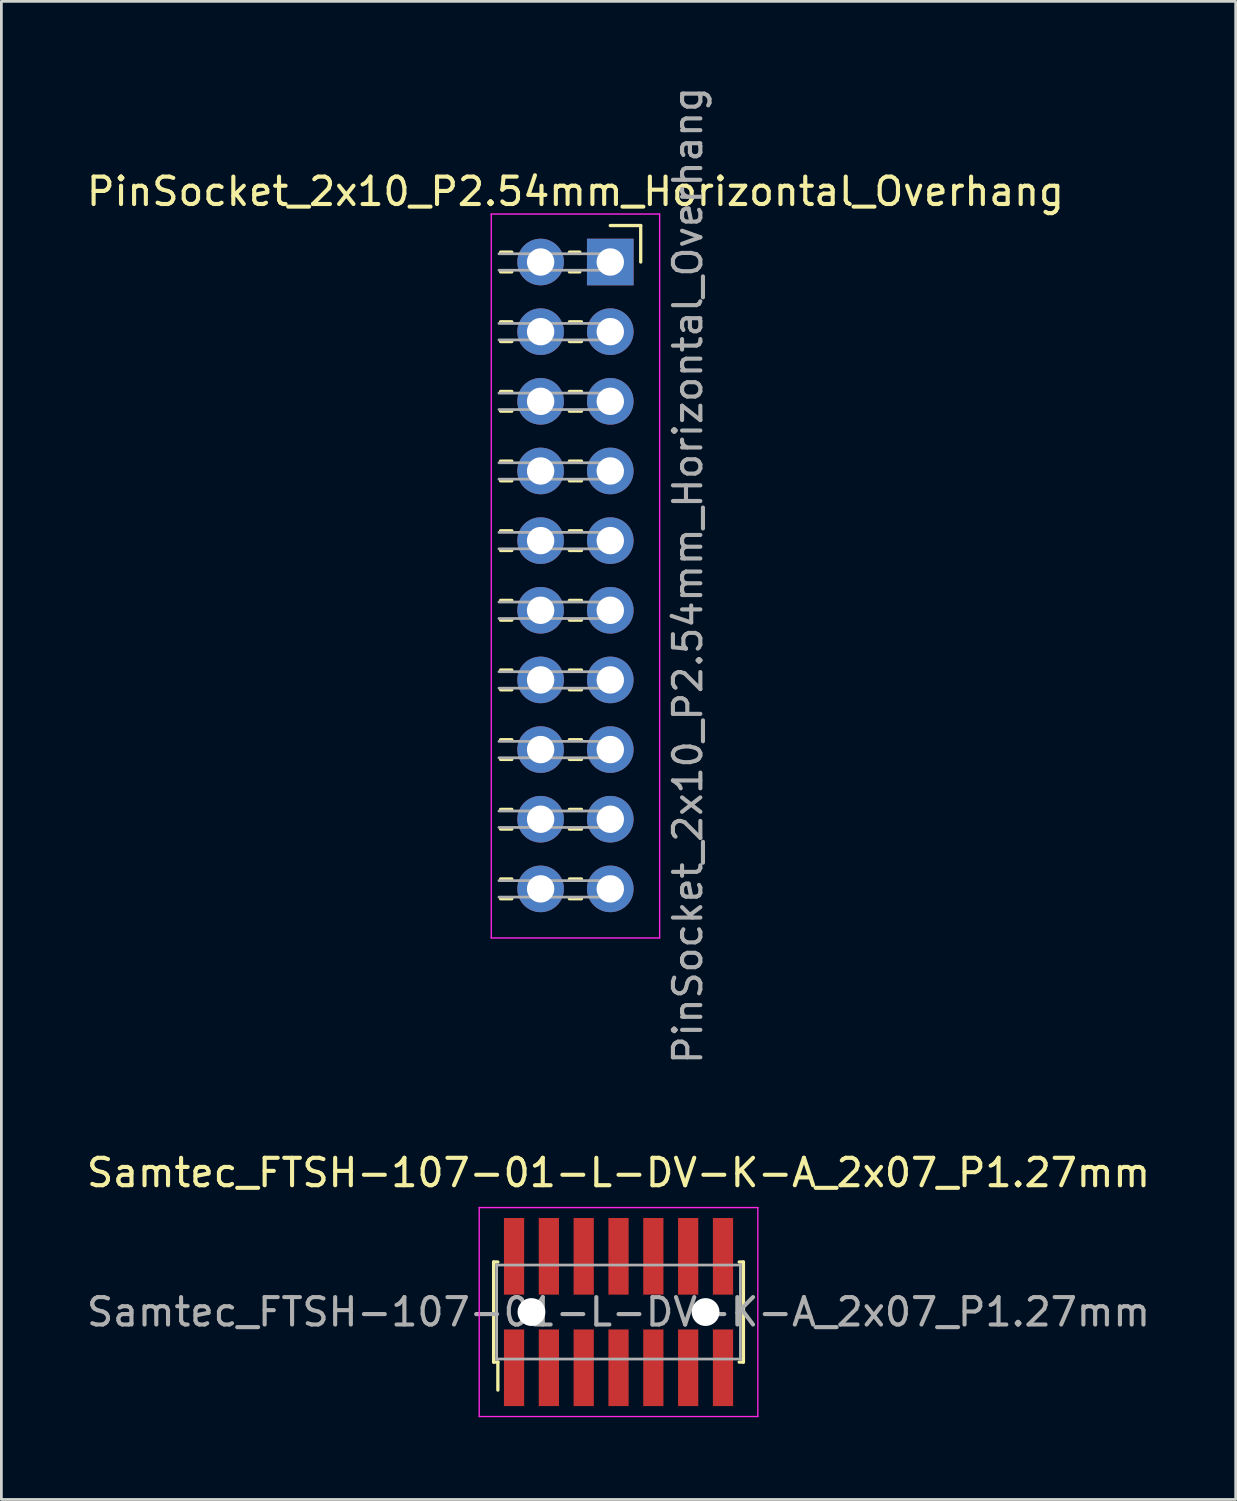
<source format=kicad_pcb>
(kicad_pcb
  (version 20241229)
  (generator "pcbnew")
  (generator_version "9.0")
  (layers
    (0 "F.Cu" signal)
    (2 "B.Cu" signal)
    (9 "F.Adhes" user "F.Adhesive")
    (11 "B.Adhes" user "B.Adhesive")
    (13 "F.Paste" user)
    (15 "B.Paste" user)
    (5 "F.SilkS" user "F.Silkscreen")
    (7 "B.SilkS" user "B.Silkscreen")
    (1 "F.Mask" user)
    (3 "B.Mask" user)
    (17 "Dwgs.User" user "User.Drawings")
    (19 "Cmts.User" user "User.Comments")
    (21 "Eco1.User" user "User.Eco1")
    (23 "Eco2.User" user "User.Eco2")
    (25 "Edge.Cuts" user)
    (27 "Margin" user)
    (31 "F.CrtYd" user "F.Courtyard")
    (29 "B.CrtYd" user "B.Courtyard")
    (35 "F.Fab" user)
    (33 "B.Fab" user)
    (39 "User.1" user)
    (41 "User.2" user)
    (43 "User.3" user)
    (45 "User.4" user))
  (footprint "PinSocket_2x10_P2.54mm_Horizontal_Overhang"
    (layer "F.Cu")
    (at 17.935 17.935)
    (property "Reference" "PinSocket_2x10_P2.54mm_Horizontal_Overhang" (at 0 -14 0) (layer "F.SilkS") (effects (font (size 1 1) (thickness 0.15))))
    (attr through_hole)
    (fp_line (start -2.73 -11.79) (end -2.32 -11.79) (stroke (width 0.12) (type solid)) (layer "F.SilkS"))
    (fp_line (start -2.73 -11.07) (end -2.32 -11.07) (stroke (width 0.12) (type solid)) (layer "F.SilkS"))
    (fp_line (start -2.73 -9.25) (end -2.32 -9.25) (stroke (width 0.12) (type solid)) (layer "F.SilkS"))
    (fp_line (start -2.73 -8.53) (end -2.32 -8.53) (stroke (width 0.12) (type solid)) (layer "F.SilkS"))
    (fp_line (start -2.73 -6.71) (end -2.32 -6.71) (stroke (width 0.12) (type solid)) (layer "F.SilkS"))
    (fp_line (start -2.73 -5.99) (end -2.32 -5.99) (stroke (width 0.12) (type solid)) (layer "F.SilkS"))
    (fp_line (start -2.73 -4.17) (end -2.32 -4.17) (stroke (width 0.12) (type solid)) (layer "F.SilkS"))
    (fp_line (start -2.73 -3.45) (end -2.32 -3.45) (stroke (width 0.12) (type solid)) (layer "F.SilkS"))
    (fp_line (start -2.73 -1.63) (end -2.32 -1.63) (stroke (width 0.12) (type solid)) (layer "F.SilkS"))
    (fp_line (start -2.73 -0.91) (end -2.32 -0.91) (stroke (width 0.12) (type solid)) (layer "F.SilkS"))
    (fp_line (start -2.73 0.91) (end -2.32 0.91) (stroke (width 0.12) (type solid)) (layer "F.SilkS"))
    (fp_line (start -2.73 1.63) (end -2.32 1.63) (stroke (width 0.12) (type solid)) (layer "F.SilkS"))
    (fp_line (start -2.73 3.45) (end -2.32 3.45) (stroke (width 0.12) (type solid)) (layer "F.SilkS"))
    (fp_line (start -2.73 4.17) (end -2.32 4.17) (stroke (width 0.12) (type solid)) (layer "F.SilkS"))
    (fp_line (start -2.73 5.99) (end -2.32 5.99) (stroke (width 0.12) (type solid)) (layer "F.SilkS"))
    (fp_line (start -2.73 6.71) (end -2.32 6.71) (stroke (width 0.12) (type solid)) (layer "F.SilkS"))
    (fp_line (start -2.73 8.53) (end -2.32 8.53) (stroke (width 0.12) (type solid)) (layer "F.SilkS"))
    (fp_line (start -2.73 9.25) (end -2.32 9.25) (stroke (width 0.12) (type solid)) (layer "F.SilkS"))
    (fp_line (start -2.73 11.07) (end -2.32 11.07) (stroke (width 0.12) (type solid)) (layer "F.SilkS"))
    (fp_line (start -2.73 11.79) (end -2.32 11.79) (stroke (width 0.12) (type solid)) (layer "F.SilkS"))
    (fp_line (start -0.22 -11.79) (end 0.16 -11.79) (stroke (width 0.12) (type solid)) (layer "F.SilkS"))
    (fp_line (start -0.22 -11.07) (end 0.16 -11.07) (stroke (width 0.12) (type solid)) (layer "F.SilkS"))
    (fp_line (start -0.22 -9.25) (end 0.22 -9.25) (stroke (width 0.12) (type solid)) (layer "F.SilkS"))
    (fp_line (start -0.22 -8.53) (end 0.22 -8.53) (stroke (width 0.12) (type solid)) (layer "F.SilkS"))
    (fp_line (start -0.22 -6.71) (end 0.22 -6.71) (stroke (width 0.12) (type solid)) (layer "F.SilkS"))
    (fp_line (start -0.22 -5.99) (end 0.22 -5.99) (stroke (width 0.12) (type solid)) (layer "F.SilkS"))
    (fp_line (start -0.22 -4.17) (end 0.22 -4.17) (stroke (width 0.12) (type solid)) (layer "F.SilkS"))
    (fp_line (start -0.22 -3.45) (end 0.22 -3.45) (stroke (width 0.12) (type solid)) (layer "F.SilkS"))
    (fp_line (start -0.22 -1.63) (end 0.22 -1.63) (stroke (width 0.12) (type solid)) (layer "F.SilkS"))
    (fp_line (start -0.22 -0.91) (end 0.22 -0.91) (stroke (width 0.12) (type solid)) (layer "F.SilkS"))
    (fp_line (start -0.22 0.91) (end 0.22 0.91) (stroke (width 0.12) (type solid)) (layer "F.SilkS"))
    (fp_line (start -0.22 1.63) (end 0.22 1.63) (stroke (width 0.12) (type solid)) (layer "F.SilkS"))
    (fp_line (start -0.22 3.45) (end 0.22 3.45) (stroke (width 0.12) (type solid)) (layer "F.SilkS"))
    (fp_line (start -0.22 4.17) (end 0.22 4.17) (stroke (width 0.12) (type solid)) (layer "F.SilkS"))
    (fp_line (start -0.22 5.99) (end 0.22 5.99) (stroke (width 0.12) (type solid)) (layer "F.SilkS"))
    (fp_line (start -0.22 6.71) (end 0.22 6.71) (stroke (width 0.12) (type solid)) (layer "F.SilkS"))
    (fp_line (start -0.22 8.53) (end 0.22 8.53) (stroke (width 0.12) (type solid)) (layer "F.SilkS"))
    (fp_line (start -0.22 9.25) (end 0.22 9.25) (stroke (width 0.12) (type solid)) (layer "F.SilkS"))
    (fp_line (start -0.22 11.07) (end 0.22 11.07) (stroke (width 0.12) (type solid)) (layer "F.SilkS"))
    (fp_line (start -0.22 11.79) (end 0.22 11.79) (stroke (width 0.12) (type solid)) (layer "F.SilkS"))
    (fp_line (start 1.27 -12.76) (end 2.38 -12.76) (stroke (width 0.12) (type solid)) (layer "F.SilkS"))
    (fp_line (start 2.38 -12.76) (end 2.38 -11.43) (stroke (width 0.12) (type solid)) (layer "F.SilkS"))
    (fp_line (start -3.07 -13.18) (end -3.07 13.22) (stroke (width 0.05) (type solid)) (layer "F.CrtYd"))
    (fp_line (start -3.07 13.22) (end 3.07 13.22) (stroke (width 0.05) (type solid)) (layer "F.CrtYd"))
    (fp_line (start 3.07 -13.18) (end -3.07 -13.18) (stroke (width 0.05) (type solid)) (layer "F.CrtYd"))
    (fp_line (start 3.07 13.22) (end 3.07 -13.18) (stroke (width 0.05) (type solid)) (layer "F.CrtYd"))
    (fp_line (start -2.79 -11.13) (end 1.27 -11.13) (stroke (width 0.1) (type solid)) (layer "F.Fab"))
    (fp_line (start -2.79 -8.59) (end 1.27 -8.59) (stroke (width 0.1) (type solid)) (layer "F.Fab"))
    (fp_line (start -2.79 -6.05) (end 1.27 -6.05) (stroke (width 0.1) (type solid)) (layer "F.Fab"))
    (fp_line (start -2.79 -3.51) (end 1.27 -3.51) (stroke (width 0.1) (type solid)) (layer "F.Fab"))
    (fp_line (start -2.79 -0.97) (end 1.27 -0.97) (stroke (width 0.1) (type solid)) (layer "F.Fab"))
    (fp_line (start -2.79 1.57) (end 1.27 1.57) (stroke (width 0.1) (type solid)) (layer "F.Fab"))
    (fp_line (start -2.79 4.11) (end 1.27 4.11) (stroke (width 0.1) (type solid)) (layer "F.Fab"))
    (fp_line (start -2.79 6.65) (end 1.27 6.65) (stroke (width 0.1) (type solid)) (layer "F.Fab"))
    (fp_line (start -2.79 9.19) (end 1.27 9.19) (stroke (width 0.1) (type solid)) (layer "F.Fab"))
    (fp_line (start -2.79 11.73) (end 1.27 11.73) (stroke (width 0.1) (type solid)) (layer "F.Fab"))
    (fp_line (start 1.27 -11.73) (end -2.79 -11.73) (stroke (width 0.1) (type solid)) (layer "F.Fab"))
    (fp_line (start 1.27 -11.13) (end 1.27 -11.73) (stroke (width 0.1) (type solid)) (layer "F.Fab"))
    (fp_line (start 1.27 -9.19) (end -2.79 -9.19) (stroke (width 0.1) (type solid)) (layer "F.Fab"))
    (fp_line (start 1.27 -8.59) (end 1.27 -9.19) (stroke (width 0.1) (type solid)) (layer "F.Fab"))
    (fp_line (start 1.27 -6.65) (end -2.79 -6.65) (stroke (width 0.1) (type solid)) (layer "F.Fab"))
    (fp_line (start 1.27 -6.05) (end 1.27 -6.65) (stroke (width 0.1) (type solid)) (layer "F.Fab"))
    (fp_line (start 1.27 -4.11) (end -2.79 -4.11) (stroke (width 0.1) (type solid)) (layer "F.Fab"))
    (fp_line (start 1.27 -3.51) (end 1.27 -4.11) (stroke (width 0.1) (type solid)) (layer "F.Fab"))
    (fp_line (start 1.27 -1.57) (end -2.79 -1.57) (stroke (width 0.1) (type solid)) (layer "F.Fab"))
    (fp_line (start 1.27 -0.97) (end 1.27 -1.57) (stroke (width 0.1) (type solid)) (layer "F.Fab"))
    (fp_line (start 1.27 0.97) (end -2.79 0.97) (stroke (width 0.1) (type solid)) (layer "F.Fab"))
    (fp_line (start 1.27 1.57) (end 1.27 0.97) (stroke (width 0.1) (type solid)) (layer "F.Fab"))
    (fp_line (start 1.27 3.51) (end -2.79 3.51) (stroke (width 0.1) (type solid)) (layer "F.Fab"))
    (fp_line (start 1.27 4.11) (end 1.27 3.51) (stroke (width 0.1) (type solid)) (layer "F.Fab"))
    (fp_line (start 1.27 6.05) (end -2.79 6.05) (stroke (width 0.1) (type solid)) (layer "F.Fab"))
    (fp_line (start 1.27 6.65) (end 1.27 6.05) (stroke (width 0.1) (type solid)) (layer "F.Fab"))
    (fp_line (start 1.27 8.59) (end -2.79 8.59) (stroke (width 0.1) (type solid)) (layer "F.Fab"))
    (fp_line (start 1.27 9.19) (end 1.27 8.59) (stroke (width 0.1) (type solid)) (layer "F.Fab"))
    (fp_line (start 1.27 11.13) (end -2.79 11.13) (stroke (width 0.1) (type solid)) (layer "F.Fab"))
    (fp_line (start 1.27 11.73) (end 1.27 11.13) (stroke (width 0.1) (type solid)) (layer "F.Fab"))
    (fp_text user "${REFERENCE}" (at 4.1 0 90) (layer "F.Fab") (effects (font (size 1 1) (thickness 0.15))))
    (pad "1" thru_hole rect (at 1.27 -11.43) (size 1.7 1.7) (drill 1) (layers "*.Cu" "*.Mask"))
    (pad "2" thru_hole oval (at -1.27 -11.43) (size 1.7 1.7) (drill 1) (layers "*.Cu" "*.Mask"))
    (pad "3" thru_hole oval (at 1.27 -8.89) (size 1.7 1.7) (drill 1) (layers "*.Cu" "*.Mask"))
    (pad "4" thru_hole oval (at -1.27 -8.89) (size 1.7 1.7) (drill 1) (layers "*.Cu" "*.Mask"))
    (pad "5" thru_hole oval (at 1.27 -6.35) (size 1.7 1.7) (drill 1) (layers "*.Cu" "*.Mask"))
    (pad "6" thru_hole oval (at -1.27 -6.35) (size 1.7 1.7) (drill 1) (layers "*.Cu" "*.Mask"))
    (pad "7" thru_hole oval (at 1.27 -3.81) (size 1.7 1.7) (drill 1) (layers "*.Cu" "*.Mask"))
    (pad "8" thru_hole oval (at -1.27 -3.81) (size 1.7 1.7) (drill 1) (layers "*.Cu" "*.Mask"))
    (pad "9" thru_hole oval (at 1.27 -1.27) (size 1.7 1.7) (drill 1) (layers "*.Cu" "*.Mask"))
    (pad "10" thru_hole oval (at -1.27 -1.27) (size 1.7 1.7) (drill 1) (layers "*.Cu" "*.Mask"))
    (pad "11" thru_hole oval (at 1.27 1.27) (size 1.7 1.7) (drill 1) (layers "*.Cu" "*.Mask"))
    (pad "12" thru_hole oval (at -1.27 1.27) (size 1.7 1.7) (drill 1) (layers "*.Cu" "*.Mask"))
    (pad "13" thru_hole oval (at 1.27 3.81) (size 1.7 1.7) (drill 1) (layers "*.Cu" "*.Mask"))
    (pad "14" thru_hole oval (at -1.27 3.81) (size 1.7 1.7) (drill 1) (layers "*.Cu" "*.Mask"))
    (pad "15" thru_hole oval (at 1.27 6.35) (size 1.7 1.7) (drill 1) (layers "*.Cu" "*.Mask"))
    (pad "16" thru_hole oval (at -1.27 6.35) (size 1.7 1.7) (drill 1) (layers "*.Cu" "*.Mask"))
    (pad "17" thru_hole oval (at 1.27 8.89) (size 1.7 1.7) (drill 1) (layers "*.Cu" "*.Mask"))
    (pad "18" thru_hole oval (at -1.27 8.89) (size 1.7 1.7) (drill 1) (layers "*.Cu" "*.Mask"))
    (pad "19" thru_hole oval (at 1.27 11.43) (size 1.7 1.7) (drill 1) (layers "*.Cu" "*.Mask"))
    (pad "20" thru_hole oval (at -1.27 11.43) (size 1.7 1.7) (drill 1) (layers "*.Cu" "*.Mask")))
  (footprint "Samtec_FTSH-107-01-L-DV-K-A_2x07_P1.27mm"
    (layer "F.Cu")
    (at 19.506 44.797)
    (property "Reference" "Samtec_FTSH-107-01-L-DV-K-A_2x07_P1.27mm" (at 0 -5.08 0) (layer "F.SilkS") (effects (font (size 1 1) (thickness 0.15))))
    (attr smd)
    (fp_line (start -4.555 -1.825) (end -4.555 1.825) (stroke (width 0.12) (type solid)) (layer "F.SilkS"))
    (fp_line (start -4.555 -1.825) (end -4.4 -1.825) (stroke (width 0.12) (type solid)) (layer "F.SilkS"))
    (fp_line (start -4.4 1.825) (end -4.555 1.825) (stroke (width 0.12) (type solid)) (layer "F.SilkS"))
    (fp_line (start -4.4 1.825) (end -4.4 2.845) (stroke (width 0.12) (type solid)) (layer "F.SilkS"))
    (fp_line (start 4.4 -1.825) (end 4.555 -1.825) (stroke (width 0.12) (type solid)) (layer "F.SilkS"))
    (fp_line (start 4.555 -1.825) (end 4.555 1.825) (stroke (width 0.12) (type solid)) (layer "F.SilkS"))
    (fp_line (start 4.555 1.825) (end 4.4 1.825) (stroke (width 0.12) (type solid)) (layer "F.SilkS"))
    (fp_line (start -5.08 -3.81) (end 5.08 -3.81) (stroke (width 0.05) (type solid)) (layer "F.CrtYd"))
    (fp_line (start -5.08 3.81) (end -5.08 -3.81) (stroke (width 0.05) (type solid)) (layer "F.CrtYd"))
    (fp_line (start 5.08 -3.81) (end 5.08 3.81) (stroke (width 0.05) (type solid)) (layer "F.CrtYd"))
    (fp_line (start 5.08 3.81) (end -5.08 3.81) (stroke (width 0.05) (type solid)) (layer "F.CrtYd"))
    (fp_line (start -4.445 -1.714) (end 4.445 -1.714) (stroke (width 0.1) (type solid)) (layer "F.Fab"))
    (fp_line (start -4.445 1.714) (end -4.445 -1.714) (stroke (width 0.1) (type solid)) (layer "F.Fab"))
    (fp_line (start 4.445 -1.714) (end 4.445 1.714) (stroke (width 0.1) (type solid)) (layer "F.Fab"))
    (fp_line (start 4.445 1.714) (end -4.445 1.714) (stroke (width 0.1) (type solid)) (layer "F.Fab"))
    (fp_text user "${REFERENCE}" (at 0 0 0) (layer "F.Fab") (effects (font (size 1 1) (thickness 0.15))))
    (pad "" np_thru_hole circle (at -3.175 0) (size 1.016 1.016) (drill 1.016) (layers "*.Cu" "*.Mask"))
    (pad "" np_thru_hole circle (at 3.175 0) (size 1.016 1.016) (drill 1.016) (layers "*.Cu" "*.Mask"))
    (pad "1" smd rect (at -3.81 2.032) (size 0.737 2.794) (layers "F.Cu" "F.Mask" "F.Paste"))
    (pad "2" smd rect (at -3.81 -2.032) (size 0.737 2.794) (layers "F.Cu" "F.Mask" "F.Paste"))
    (pad "3" smd rect (at -2.54 2.032) (size 0.737 2.794) (layers "F.Cu" "F.Mask" "F.Paste"))
    (pad "4" smd rect (at -2.54 -2.032) (size 0.737 2.794) (layers "F.Cu" "F.Mask" "F.Paste"))
    (pad "5" smd rect (at -1.27 2.032) (size 0.737 2.794) (layers "F.Cu" "F.Mask" "F.Paste"))
    (pad "6" smd rect (at -1.27 -2.032) (size 0.737 2.794) (layers "F.Cu" "F.Mask" "F.Paste"))
    (pad "7" smd rect (at 0 2.032) (size 0.737 2.794) (layers "F.Cu" "F.Mask" "F.Paste"))
    (pad "8" smd rect (at 0 -2.032) (size 0.737 2.794) (layers "F.Cu" "F.Mask" "F.Paste"))
    (pad "9" smd rect (at 1.27 2.032) (size 0.737 2.794) (layers "F.Cu" "F.Mask" "F.Paste"))
    (pad "10" smd rect (at 1.27 -2.032) (size 0.737 2.794) (layers "F.Cu" "F.Mask" "F.Paste"))
    (pad "11" smd rect (at 2.54 2.032) (size 0.737 2.794) (layers "F.Cu" "F.Mask" "F.Paste"))
    (pad "12" smd rect (at 2.54 -2.032) (size 0.737 2.794) (layers "F.Cu" "F.Mask" "F.Paste"))
    (pad "13" smd rect (at 3.81 2.032) (size 0.737 2.794) (layers "F.Cu" "F.Mask" "F.Paste"))
    (pad "14" smd rect (at 3.81 -2.032) (size 0.737 2.794) (layers "F.Cu" "F.Mask" "F.Paste")))
  (gr_rect
    (start -3 -3)
    (end 42.012 51.632)
    (stroke (width 0.1) (type default))
    (fill no)
    (layer "Edge.Cuts")))
</source>
